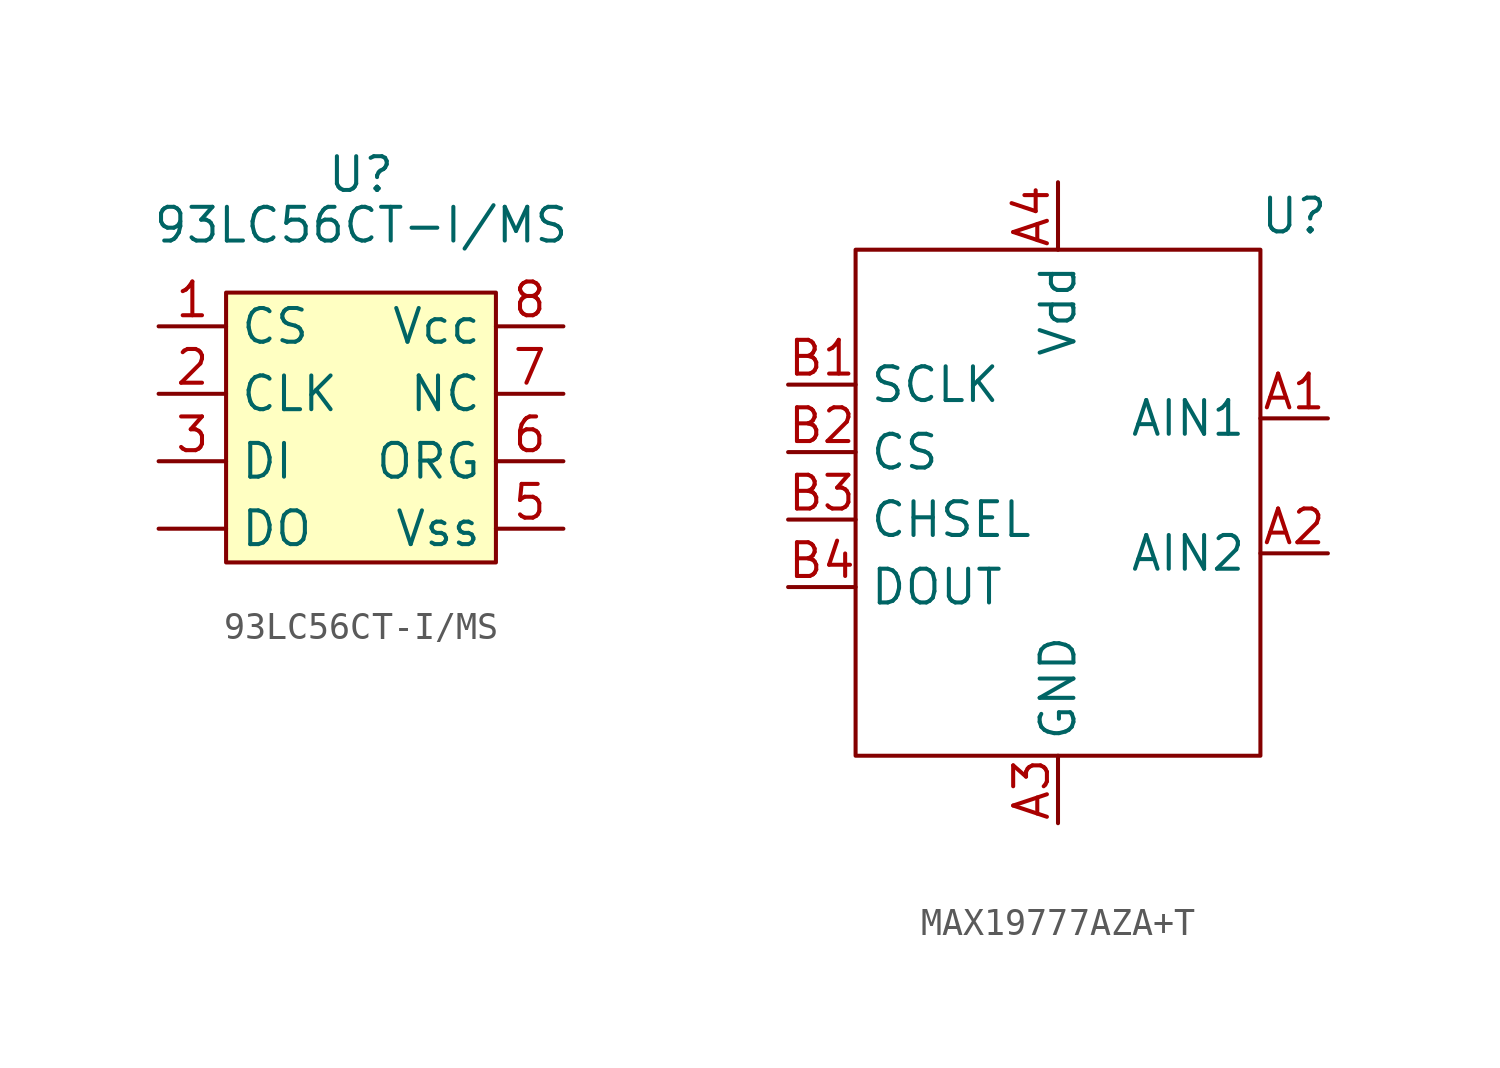
<source format=kicad_sym>
(kicad_symbol_lib
  (version 20220914)
  (generator kicad_symbol_editor)
  (symbol "93LC56CT-I/MS"
    (property "Reference" "U"
      (at 0 3.175 0)
      (effects (font (size 1.27 1.27))))
    (property "Value" "93LC56CT-I/MS"
      (at 0 1.27 0)
      (effects (font (size 1.27 1.27))))
    (symbol "93LC56CT-I/MS_1_1"
      (rectangle (start -5.08 -1.27) (end 5.08 -11.43) (stroke (width 0) (type default)) (fill (type background)))
      (pin output line (at -7.62 -10.16 0) (length 2.54) (name "DO" (effects (font (size 1.27 1.27)))) (number "" (effects (font (size 1.27 1.27)))))
      (pin input line (at -7.62 -2.54 0) (length 2.54) (name "CS" (effects (font (size 1.27 1.27)))) (number "1" (effects (font (size 1.27 1.27)))))
      (pin input line (at -7.62 -5.08 0) (length 2.54) (name "CLK" (effects (font (size 1.27 1.27)))) (number "2" (effects (font (size 1.27 1.27)))))
      (pin input line (at -7.62 -7.62 0) (length 2.54) (name "DI" (effects (font (size 1.27 1.27)))) (number "3" (effects (font (size 1.27 1.27)))))
      (pin power_in line (at 7.62 -10.16 180) (length 2.54) (name "Vss" (effects (font (size 1.27 1.27)))) (number "5" (effects (font (size 1.27 1.27)))))
      (pin input line (at 7.62 -7.62 180) (length 2.54) (name "ORG" (effects (font (size 1.27 1.27)))) (number "6" (effects (font (size 1.27 1.27)))))
      (pin unspecified line (at 7.62 -5.08 180) (length 2.54) (name "NC" (effects (font (size 1.27 1.27)))) (number "7" (effects (font (size 1.27 1.27)))))
      (pin passive line (at 7.62 -2.54 180) (length 2.54) (name "Vcc" (effects (font (size 1.27 1.27)))) (number "8" (effects (font (size 1.27 1.27)))))))
  (symbol "MAX19777AZA+T"
    (property "Reference" "U"
      (at 0 2.54 0)
      (effects (font (size 1.27 1.27))))
    (property "Value" ""
      (at 0 0 0)
      (effects (font (size 1.27 1.27))))
    (symbol "MAX19777AZA+T_0_0"
      (pin input line (at 1.27 -5.08 180) (length 2.54) (name "AIN1" (effects (font (size 1.27 1.27)))) (number "A1" (effects (font (size 1.27 1.27)))))
      (pin input line (at 1.27 -10.16 180) (length 2.54) (name "AIN2" (effects (font (size 1.27 1.27)))) (number "A2" (effects (font (size 1.27 1.27)))))
      (pin passive line (at -8.89 -20.32 90) (length 2.54) (name "GND" (effects (font (size 1.27 1.27)))) (number "A3" (effects (font (size 1.27 1.27)))))
      (pin power_in line (at -8.89 3.81 270) (length 2.54) (name "Vdd" (effects (font (size 1.27 1.27)))) (number "A4" (effects (font (size 1.27 1.27)))))
      (pin input line (at -19.05 -3.81 0) (length 2.54) (name "SCLK" (effects (font (size 1.27 1.27)))) (number "B1" (effects (font (size 1.27 1.27)))))
      (pin input line (at -19.05 -6.35 0) (length 2.54) (name "CS" (effects (font (size 1.27 1.27)))) (number "B2" (effects (font (size 1.27 1.27)))))
      (pin input line (at -19.05 -8.89 0) (length 2.54) (name "CHSEL" (effects (font (size 1.27 1.27)))) (number "B3" (effects (font (size 1.27 1.27)))))
      (pin output line (at -19.05 -11.43 0) (length 2.54) (name "DOUT" (effects (font (size 1.27 1.27)))) (number "B4" (effects (font (size 1.27 1.27))))))
    (symbol "MAX19777AZA+T_0_1"
      (rectangle (start -16.51 1.27) (end -1.27 -17.78) (stroke (width 0) (type default)) (fill (type none))))))
</source>
